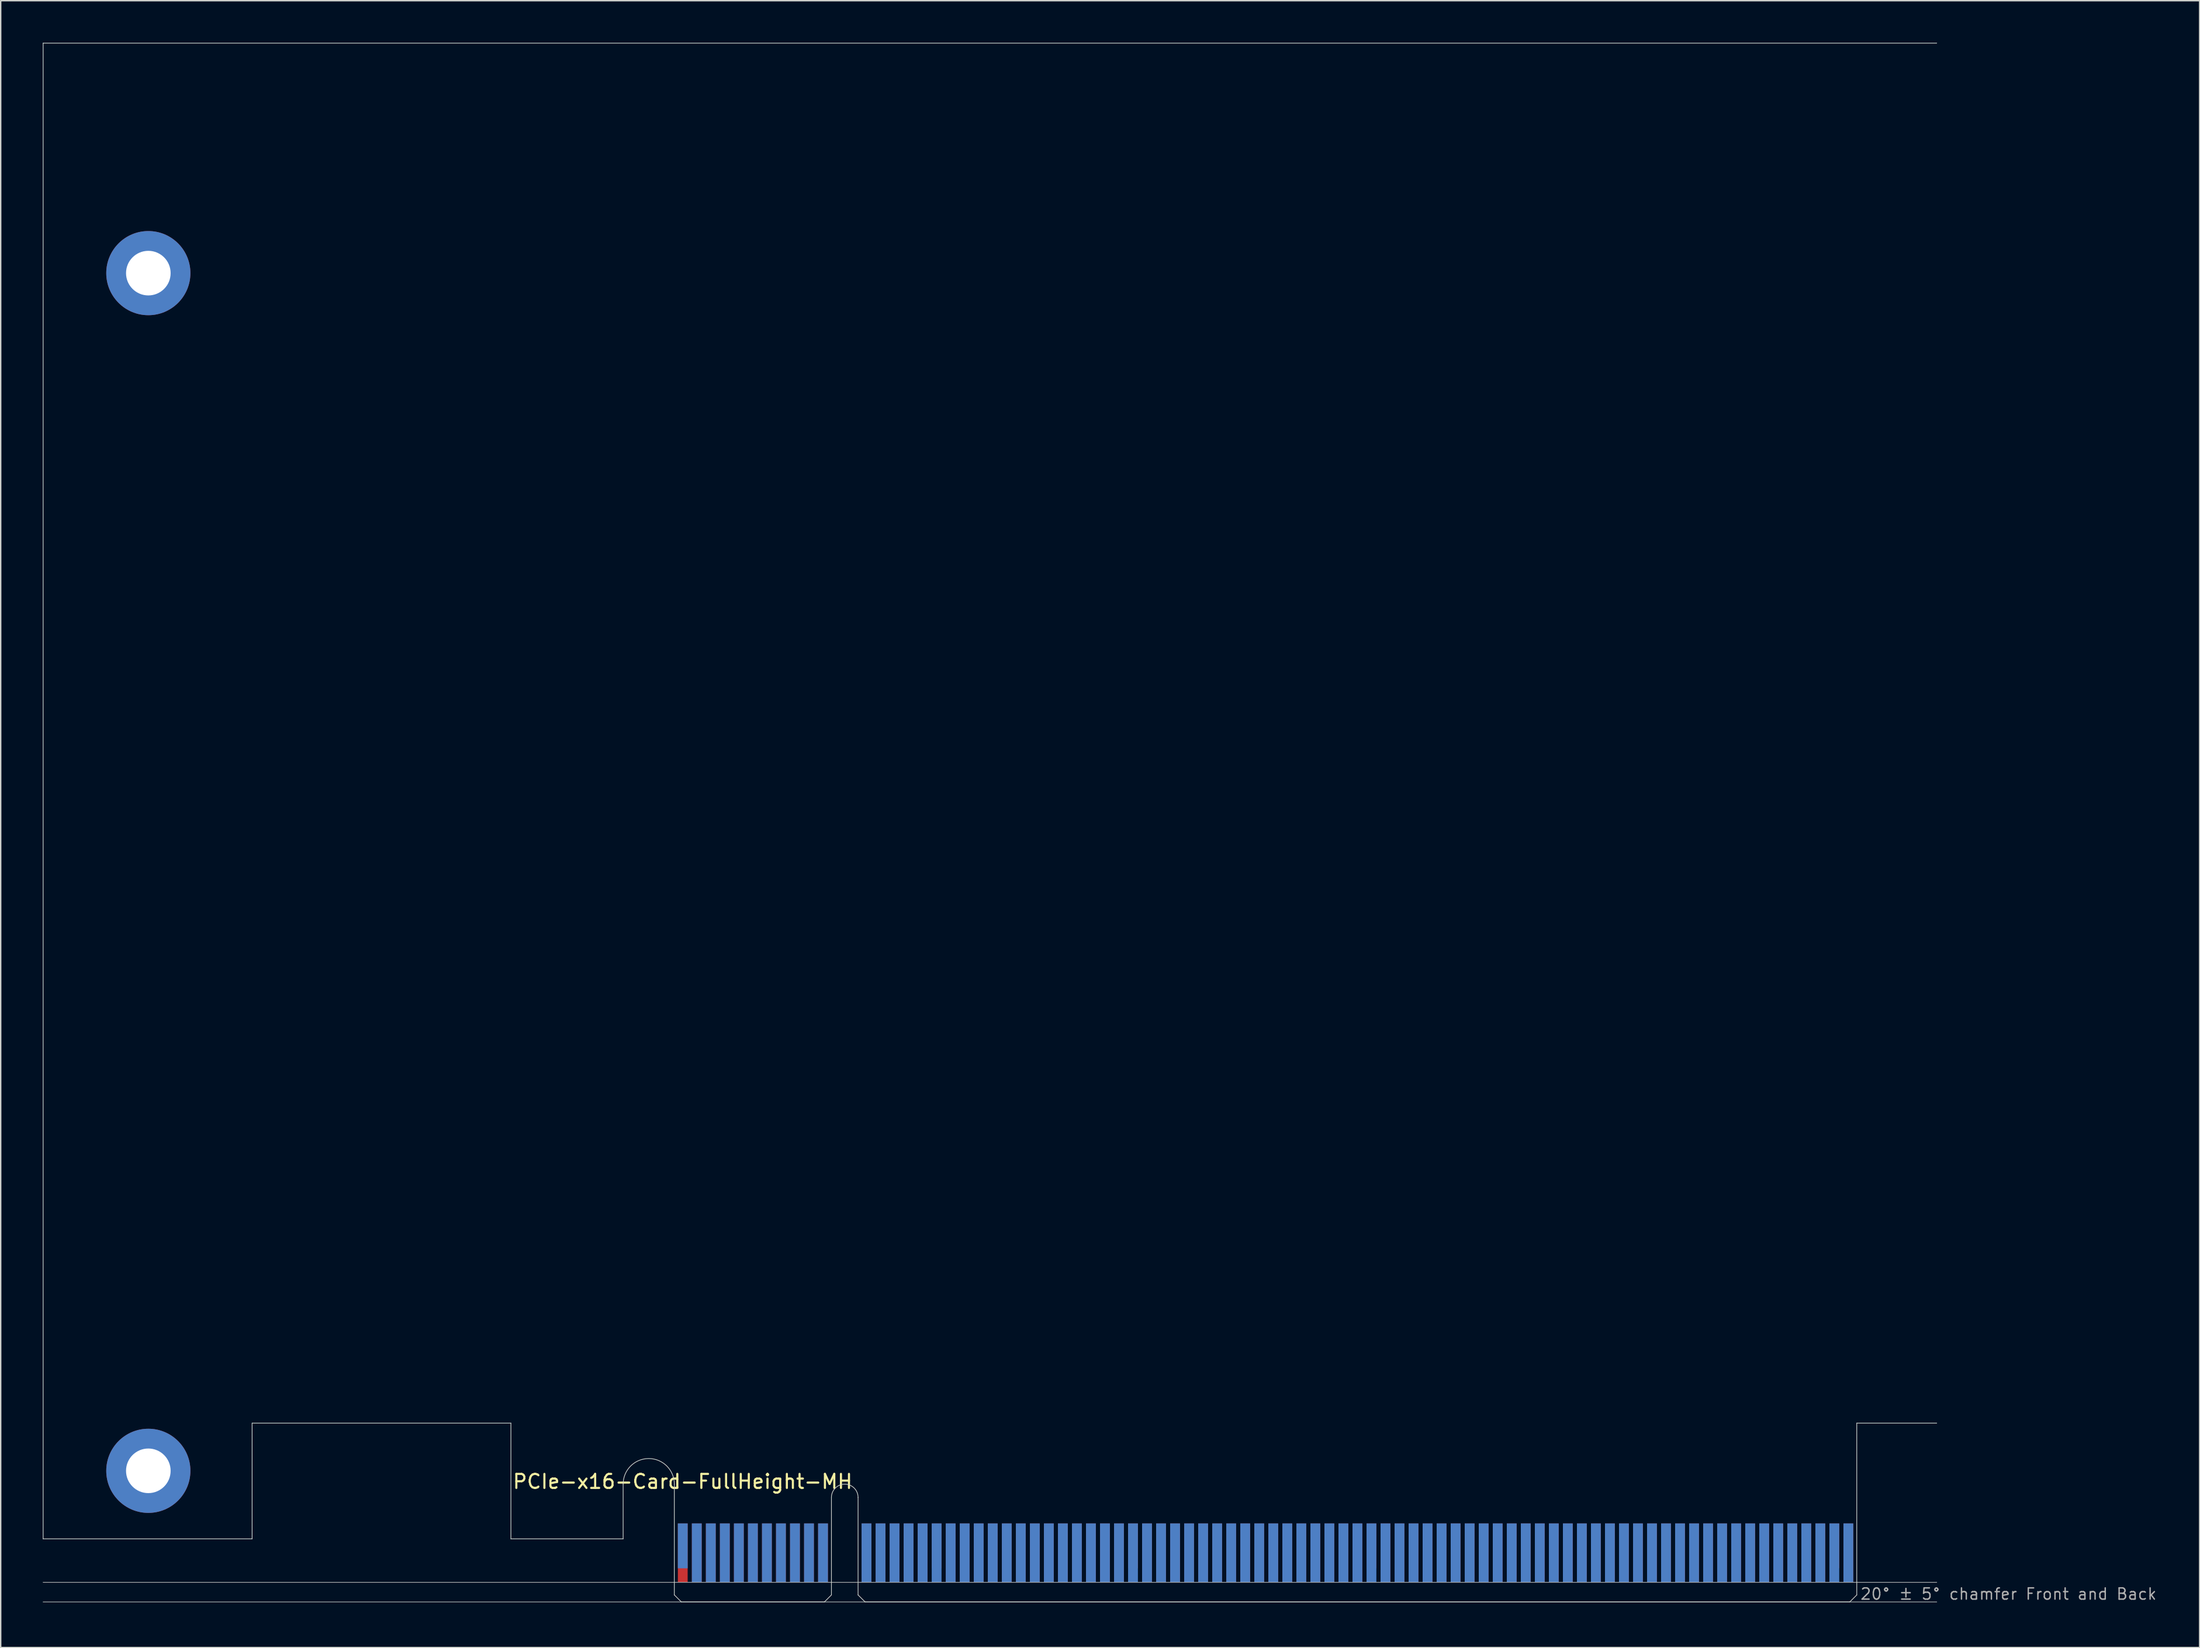
<source format=kicad_pcb>
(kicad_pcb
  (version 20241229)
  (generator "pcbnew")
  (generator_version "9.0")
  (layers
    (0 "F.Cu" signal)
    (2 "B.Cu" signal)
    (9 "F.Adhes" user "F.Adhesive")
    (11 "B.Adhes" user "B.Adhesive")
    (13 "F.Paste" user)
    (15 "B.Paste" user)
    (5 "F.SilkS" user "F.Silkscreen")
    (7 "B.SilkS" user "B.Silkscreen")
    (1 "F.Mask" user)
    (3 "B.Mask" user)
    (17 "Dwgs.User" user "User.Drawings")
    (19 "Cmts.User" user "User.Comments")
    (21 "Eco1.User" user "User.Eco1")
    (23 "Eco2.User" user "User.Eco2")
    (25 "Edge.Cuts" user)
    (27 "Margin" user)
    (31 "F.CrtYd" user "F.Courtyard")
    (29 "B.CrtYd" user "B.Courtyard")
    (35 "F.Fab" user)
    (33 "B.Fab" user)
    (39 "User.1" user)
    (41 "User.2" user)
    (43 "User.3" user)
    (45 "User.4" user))
  (footprint "PCIe-x16-Card-FullHeight-MH"
    (layer "F.Cu")
    (at 45.025 111.175)
    (property "Reference" "PCIe-x16-Card-FullHeight-MH" (at -11.6 -8 0) (layer "F.SilkS") (effects (font (size 1 1) (thickness 0.15)) (justify left bottom)))
    (attr exclude_from_pos_files exclude_from_bom)
    (fp_poly (pts (xy -3.65 -4.5) (xy -11.65 -4.5) (xy -11.65 -7.95) (xy -3.65 -7.95)) (stroke (width 0.1) (type solid)) (fill yes) (layer "F.Mask"))
    (fp_poly (pts (xy 11.2 -5.45) (xy 0 -5.45) (xy 0 0) (xy 11.2 0)) (stroke (width 0.1) (type solid)) (fill yes) (layer "F.Mask"))
    (fp_poly (pts (xy 84.3 -5.45) (xy 13.1 -5.45) (xy 13.1 0) (xy 84.3 0)) (stroke (width 0.1) (type solid)) (fill yes) (layer "F.Mask"))
    (fp_poly (pts (xy -3.65 -7.95) (xy -11.65 -7.95) (xy -11.65 -4.5) (xy -3.65 -4.5)) (stroke (width 0.1) (type solid)) (fill yes) (layer "B.Mask"))
    (fp_poly (pts (xy 11.2 0) (xy 0 0) (xy 0 -5.45) (xy 11.2 -5.45)) (stroke (width 0.1) (type solid)) (fill yes) (layer "B.Mask"))
    (fp_poly (pts (xy 84.3 -5.45) (xy 13.1 -5.45) (xy 13.1 0) (xy 84.3 0)) (stroke (width 0.1) (type solid)) (fill yes) (layer "B.Mask"))
    (fp_line (start -45 -111.15) (end 90 -111.15) (stroke (width 0.05) (type solid)) (layer "Edge.Cuts"))
    (fp_line (start -45 -4.5) (end -45 -111.15) (stroke (width 0.05) (type solid)) (layer "Edge.Cuts"))
    (fp_line (start -30.1 -12.75) (end -30.1 -4.5) (stroke (width 0.05) (type solid)) (layer "Edge.Cuts"))
    (fp_line (start -30.1 -4.5) (end -45 -4.5) (stroke (width 0.05) (type solid)) (layer "Edge.Cuts"))
    (fp_line (start -11.65 -12.75) (end -30.1 -12.75) (stroke (width 0.05) (type solid)) (layer "Edge.Cuts"))
    (fp_line (start -11.65 -4.5) (end -11.65 -12.75) (stroke (width 0.05) (type solid)) (layer "Edge.Cuts"))
    (fp_line (start -3.65 -4.5) (end -11.65 -4.5) (stroke (width 0.05) (type solid)) (layer "Edge.Cuts"))
    (fp_line (start -3.65 -4.5) (end -3.65 -8.4) (stroke (width 0.05) (type solid)) (layer "Edge.Cuts"))
    (fp_line (start 0 -0.5) (end 0 -8.4) (stroke (width 0.05) (type solid)) (layer "Edge.Cuts"))
    (fp_line (start 0.5 0) (end 0 -0.5) (stroke (width 0.05) (type solid)) (layer "Edge.Cuts"))
    (fp_line (start 0.5 0) (end 10.7 0) (stroke (width 0.05) (type solid)) (layer "Edge.Cuts"))
    (fp_line (start 10.7 0) (end 11.2 -0.5) (stroke (width 0.05) (type solid)) (layer "Edge.Cuts"))
    (fp_line (start 11.2 -0.5) (end 11.2 -7.45) (stroke (width 0.05) (type solid)) (layer "Edge.Cuts"))
    (fp_line (start 13.1 -0.5) (end 13.1 -7.45) (stroke (width 0.05) (type solid)) (layer "Edge.Cuts"))
    (fp_line (start 13.6 0) (end 13.1 -0.5) (stroke (width 0.05) (type solid)) (layer "Edge.Cuts"))
    (fp_line (start 83.8 0) (end 13.6 0) (stroke (width 0.05) (type solid)) (layer "Edge.Cuts"))
    (fp_line (start 83.8 0) (end 84.3 -0.5) (stroke (width 0.05) (type solid)) (layer "Edge.Cuts"))
    (fp_line (start 84.3 -12.75) (end 90 -12.75) (stroke (width 0.05) (type solid)) (layer "Edge.Cuts"))
    (fp_line (start 84.3 -0.5) (end 84.3 -12.75) (stroke (width 0.05) (type solid)) (layer "Edge.Cuts"))
    (fp_arc (start -3.65 -8.4) (mid -1.825 -10.225) (end 0 -8.4) (stroke (width 0.05) (type solid)) (layer "Edge.Cuts"))
    (fp_arc (start 11.2 -7.45) (mid 12.15 -8.4) (end 13.1 -7.45) (stroke (width 0.05) (type solid)) (layer "Edge.Cuts"))
    (fp_line (start -45 -1.4) (end 90 -1.4) (stroke (width 0.05) (type solid)) (layer "F.Fab"))
    (fp_line (start -45 0) (end 90 0) (stroke (width 0.05) (type solid)) (layer "F.Fab"))
    (fp_text user "20° ± 5° chamfer Front and Back" (at 84.5 -0.1 0) (layer "F.Fab") (effects (font (size 0.8 0.8) (thickness 0.1)) (justify left bottom)))
    (pad "A1" smd rect (at 0.6 -4) (size 0.7 3.2) (layers "B.Cu"))
    (pad "A2" smd rect (at 1.6 -3.5) (size 0.7 4.2) (layers "B.Cu"))
    (pad "A3" smd rect (at 2.6 -3.5) (size 0.7 4.2) (layers "B.Cu"))
    (pad "A4" smd rect (at 3.6 -3.5) (size 0.7 4.2) (layers "B.Cu"))
    (pad "A5" smd rect (at 4.6 -3.5) (size 0.7 4.2) (layers "B.Cu"))
    (pad "A6" smd rect (at 5.6 -3.5) (size 0.7 4.2) (layers "B.Cu"))
    (pad "A7" smd rect (at 6.6 -3.5) (size 0.7 4.2) (layers "B.Cu"))
    (pad "A8" smd rect (at 7.6 -3.5) (size 0.7 4.2) (layers "B.Cu"))
    (pad "A9" smd rect (at 8.6 -3.5) (size 0.7 4.2) (layers "B.Cu"))
    (pad "A10" smd rect (at 9.6 -3.5) (size 0.7 4.2) (layers "B.Cu"))
    (pad "A11" smd rect (at 10.6 -3.5) (size 0.7 4.2) (layers "B.Cu"))
    (pad "A12" smd rect (at 13.7 -3.5) (size 0.7 4.2) (layers "B.Cu"))
    (pad "A13" smd rect (at 14.7 -3.5) (size 0.7 4.2) (layers "B.Cu"))
    (pad "A14" smd rect (at 15.7 -3.5) (size 0.7 4.2) (layers "B.Cu"))
    (pad "A15" smd rect (at 16.7 -3.5) (size 0.7 4.2) (layers "B.Cu"))
    (pad "A16" smd rect (at 17.7 -3.5) (size 0.7 4.2) (layers "B.Cu"))
    (pad "A17" smd rect (at 18.7 -3.5) (size 0.7 4.2) (layers "B.Cu"))
    (pad "A18" smd rect (at 19.7 -3.5) (size 0.7 4.2) (layers "B.Cu"))
    (pad "A19" smd rect (at 20.7 -3.5) (size 0.7 4.2) (layers "B.Cu"))
    (pad "A20" smd rect (at 21.7 -3.5) (size 0.7 4.2) (layers "B.Cu"))
    (pad "A21" smd rect (at 22.7 -3.5) (size 0.7 4.2) (layers "B.Cu"))
    (pad "A22" smd rect (at 23.7 -3.5) (size 0.7 4.2) (layers "B.Cu"))
    (pad "A23" smd rect (at 24.7 -3.5) (size 0.7 4.2) (layers "B.Cu"))
    (pad "A24" smd rect (at 25.7 -3.5) (size 0.7 4.2) (layers "B.Cu"))
    (pad "A25" smd rect (at 26.7 -3.5) (size 0.7 4.2) (layers "B.Cu"))
    (pad "A26" smd rect (at 27.7 -3.5) (size 0.7 4.2) (layers "B.Cu"))
    (pad "A27" smd rect (at 28.7 -3.5) (size 0.7 4.2) (layers "B.Cu"))
    (pad "A28" smd rect (at 29.7 -3.5) (size 0.7 4.2) (layers "B.Cu"))
    (pad "A29" smd rect (at 30.7 -3.5) (size 0.7 4.2) (layers "B.Cu"))
    (pad "A30" smd rect (at 31.7 -3.5) (size 0.7 4.2) (layers "B.Cu"))
    (pad "A31" smd rect (at 32.7 -3.5) (size 0.7 4.2) (layers "B.Cu"))
    (pad "A32" smd rect (at 33.7 -3.5) (size 0.7 4.2) (layers "B.Cu"))
    (pad "A33" smd rect (at 34.7 -3.5) (size 0.7 4.2) (layers "B.Cu"))
    (pad "A34" smd rect (at 35.7 -3.5) (size 0.7 4.2) (layers "B.Cu"))
    (pad "A35" smd rect (at 36.7 -3.5) (size 0.7 4.2) (layers "B.Cu"))
    (pad "A36" smd rect (at 37.7 -3.5) (size 0.7 4.2) (layers "B.Cu"))
    (pad "A37" smd rect (at 38.7 -3.5) (size 0.7 4.2) (layers "B.Cu"))
    (pad "A38" smd rect (at 39.7 -3.5) (size 0.7 4.2) (layers "B.Cu"))
    (pad "A39" smd rect (at 40.7 -3.5) (size 0.7 4.2) (layers "B.Cu"))
    (pad "A40" smd rect (at 41.7 -3.5) (size 0.7 4.2) (layers "B.Cu"))
    (pad "A41" smd rect (at 42.7 -3.5) (size 0.7 4.2) (layers "B.Cu"))
    (pad "A42" smd rect (at 43.7 -3.5) (size 0.7 4.2) (layers "B.Cu"))
    (pad "A43" smd rect (at 44.7 -3.5) (size 0.7 4.2) (layers "B.Cu"))
    (pad "A44" smd rect (at 45.7 -3.5) (size 0.7 4.2) (layers "B.Cu"))
    (pad "A45" smd rect (at 46.7 -3.5) (size 0.7 4.2) (layers "B.Cu"))
    (pad "A46" smd rect (at 47.7 -3.5) (size 0.7 4.2) (layers "B.Cu"))
    (pad "A47" smd rect (at 48.7 -3.5) (size 0.7 4.2) (layers "B.Cu"))
    (pad "A48" smd rect (at 49.7 -3.5) (size 0.7 4.2) (layers "B.Cu"))
    (pad "A49" smd rect (at 50.7 -3.5) (size 0.7 4.2) (layers "B.Cu"))
    (pad "A50" smd rect (at 51.7 -3.5) (size 0.7 4.2) (layers "B.Cu"))
    (pad "A51" smd rect (at 52.7 -3.5) (size 0.7 4.2) (layers "B.Cu"))
    (pad "A52" smd rect (at 53.7 -3.5) (size 0.7 4.2) (layers "B.Cu"))
    (pad "A53" smd rect (at 54.7 -3.5) (size 0.7 4.2) (layers "B.Cu"))
    (pad "A54" smd rect (at 55.7 -3.5) (size 0.7 4.2) (layers "B.Cu"))
    (pad "A55" smd rect (at 56.7 -3.5) (size 0.7 4.2) (layers "B.Cu"))
    (pad "A56" smd rect (at 57.7 -3.5) (size 0.7 4.2) (layers "B.Cu"))
    (pad "A57" smd rect (at 58.7 -3.5) (size 0.7 4.2) (layers "B.Cu"))
    (pad "A58" smd rect (at 59.7 -3.5) (size 0.7 4.2) (layers "B.Cu"))
    (pad "A59" smd rect (at 60.7 -3.5) (size 0.7 4.2) (layers "B.Cu"))
    (pad "A60" smd rect (at 61.7 -3.5) (size 0.7 4.2) (layers "B.Cu"))
    (pad "A61" smd rect (at 62.7 -3.5) (size 0.7 4.2) (layers "B.Cu"))
    (pad "A62" smd rect (at 63.7 -3.5) (size 0.7 4.2) (layers "B.Cu"))
    (pad "A63" smd rect (at 64.7 -3.5) (size 0.7 4.2) (layers "B.Cu"))
    (pad "A64" smd rect (at 65.7 -3.5) (size 0.7 4.2) (layers "B.Cu"))
    (pad "A65" smd rect (at 66.7 -3.5) (size 0.7 4.2) (layers "B.Cu"))
    (pad "A66" smd rect (at 67.7 -3.5) (size 0.7 4.2) (layers "B.Cu"))
    (pad "A67" smd rect (at 68.7 -3.5) (size 0.7 4.2) (layers "B.Cu"))
    (pad "A68" smd rect (at 69.7 -3.5) (size 0.7 4.2) (layers "B.Cu"))
    (pad "A69" smd rect (at 70.7 -3.5) (size 0.7 4.2) (layers "B.Cu"))
    (pad "A70" smd rect (at 71.7 -3.5) (size 0.7 4.2) (layers "B.Cu"))
    (pad "A71" smd rect (at 72.7 -3.5) (size 0.7 4.2) (layers "B.Cu"))
    (pad "A72" smd rect (at 73.7 -3.5) (size 0.7 4.2) (layers "B.Cu"))
    (pad "A73" smd rect (at 74.7 -3.5) (size 0.7 4.2) (layers "B.Cu"))
    (pad "A74" smd rect (at 75.7 -3.5) (size 0.7 4.2) (layers "B.Cu"))
    (pad "A75" smd rect (at 76.7 -3.5) (size 0.7 4.2) (layers "B.Cu"))
    (pad "A76" smd rect (at 77.7 -3.5) (size 0.7 4.2) (layers "B.Cu"))
    (pad "A77" smd rect (at 78.7 -3.5) (size 0.7 4.2) (layers "B.Cu"))
    (pad "A78" smd rect (at 79.7 -3.5) (size 0.7 4.2) (layers "B.Cu"))
    (pad "A79" smd rect (at 80.7 -3.5) (size 0.7 4.2) (layers "B.Cu"))
    (pad "A80" smd rect (at 81.7 -3.5) (size 0.7 4.2) (layers "B.Cu"))
    (pad "A81" smd rect (at 82.7 -3.5) (size 0.7 4.2) (layers "B.Cu"))
    (pad "A82" smd rect (at 83.7 -3.5) (size 0.7 4.2) (layers "B.Cu"))
    (pad "B1" smd rect (at 0.6 -3.5) (size 0.7 4.2) (layers "F.Cu"))
    (pad "B2" smd rect (at 1.6 -3.5) (size 0.7 4.2) (layers "F.Cu"))
    (pad "B3" smd rect (at 2.6 -3.5) (size 0.7 4.2) (layers "F.Cu"))
    (pad "B4" smd rect (at 3.6 -3.5) (size 0.7 4.2) (layers "F.Cu"))
    (pad "B5" smd rect (at 4.6 -3.5) (size 0.7 4.2) (layers "F.Cu"))
    (pad "B6" smd rect (at 5.6 -3.5) (size 0.7 4.2) (layers "F.Cu"))
    (pad "B7" smd rect (at 6.6 -3.5) (size 0.7 4.2) (layers "F.Cu"))
    (pad "B8" smd rect (at 7.6 -3.5) (size 0.7 4.2) (layers "F.Cu"))
    (pad "B9" smd rect (at 8.6 -3.5) (size 0.7 4.2) (layers "F.Cu"))
    (pad "B10" smd rect (at 9.6 -3.5) (size 0.7 4.2) (layers "F.Cu"))
    (pad "B11" smd rect (at 10.6 -3.5) (size 0.7 4.2) (layers "F.Cu"))
    (pad "B12" smd rect (at 13.7 -3.5) (size 0.7 4.2) (layers "F.Cu"))
    (pad "B13" smd rect (at 14.7 -3.5) (size 0.7 4.2) (layers "F.Cu"))
    (pad "B14" smd rect (at 15.7 -3.5) (size 0.7 4.2) (layers "F.Cu"))
    (pad "B15" smd rect (at 16.7 -3.5) (size 0.7 4.2) (layers "F.Cu"))
    (pad "B16" smd rect (at 17.7 -3.5) (size 0.7 4.2) (layers "F.Cu"))
    (pad "B17" smd rect (at 18.7 -4) (size 0.7 3.2) (layers "F.Cu"))
    (pad "B18" smd rect (at 19.7 -3.5) (size 0.7 4.2) (layers "F.Cu"))
    (pad "B19" smd rect (at 20.7 -3.5) (size 0.7 4.2) (layers "F.Cu"))
    (pad "B20" smd rect (at 21.7 -3.5) (size 0.7 4.2) (layers "F.Cu"))
    (pad "B21" smd rect (at 22.7 -3.5) (size 0.7 4.2) (layers "F.Cu"))
    (pad "B22" smd rect (at 23.7 -3.5) (size 0.7 4.2) (layers "F.Cu"))
    (pad "B23" smd rect (at 24.7 -3.5) (size 0.7 4.2) (layers "F.Cu"))
    (pad "B24" smd rect (at 25.7 -3.5) (size 0.7 4.2) (layers "F.Cu"))
    (pad "B25" smd rect (at 26.7 -3.5) (size 0.7 4.2) (layers "F.Cu"))
    (pad "B26" smd rect (at 27.7 -3.5) (size 0.7 4.2) (layers "F.Cu"))
    (pad "B27" smd rect (at 28.7 -3.5) (size 0.7 4.2) (layers "F.Cu"))
    (pad "B28" smd rect (at 29.7 -3.5) (size 0.7 4.2) (layers "F.Cu"))
    (pad "B29" smd rect (at 30.7 -3.5) (size 0.7 4.2) (layers "F.Cu"))
    (pad "B30" smd rect (at 31.7 -3.5) (size 0.7 4.2) (layers "F.Cu"))
    (pad "B31" smd rect (at 32.7 -4) (size 0.7 3.2) (layers "F.Cu"))
    (pad "B32" smd rect (at 33.7 -3.5) (size 0.7 4.2) (layers "F.Cu"))
    (pad "B33" smd rect (at 34.7 -3.5) (size 0.7 4.2) (layers "F.Cu"))
    (pad "B34" smd rect (at 35.7 -3.5) (size 0.7 4.2) (layers "F.Cu"))
    (pad "B35" smd rect (at 36.7 -3.5) (size 0.7 4.2) (layers "F.Cu"))
    (pad "B36" smd rect (at 37.7 -3.5) (size 0.7 4.2) (layers "F.Cu"))
    (pad "B37" smd rect (at 38.7 -3.5) (size 0.7 4.2) (layers "F.Cu"))
    (pad "B38" smd rect (at 39.7 -3.5) (size 0.7 4.2) (layers "F.Cu"))
    (pad "B39" smd rect (at 40.7 -3.5) (size 0.7 4.2) (layers "F.Cu"))
    (pad "B40" smd rect (at 41.7 -3.5) (size 0.7 4.2) (layers "F.Cu"))
    (pad "B41" smd rect (at 42.7 -3.5) (size 0.7 4.2) (layers "F.Cu"))
    (pad "B42" smd rect (at 43.7 -3.5) (size 0.7 4.2) (layers "F.Cu"))
    (pad "B43" smd rect (at 44.7 -3.5) (size 0.7 4.2) (layers "F.Cu"))
    (pad "B44" smd rect (at 45.7 -3.5) (size 0.7 4.2) (layers "F.Cu"))
    (pad "B45" smd rect (at 46.7 -3.5) (size 0.7 4.2) (layers "F.Cu"))
    (pad "B46" smd rect (at 47.7 -3.5) (size 0.7 4.2) (layers "F.Cu"))
    (pad "B47" smd rect (at 48.7 -3.5) (size 0.7 4.2) (layers "F.Cu"))
    (pad "B48" smd rect (at 49.7 -4) (size 0.7 3.2) (layers "F.Cu"))
    (pad "B49" smd rect (at 50.7 -3.5) (size 0.7 4.2) (layers "F.Cu"))
    (pad "B50" smd rect (at 51.7 -3.5) (size 0.7 4.2) (layers "F.Cu"))
    (pad "B51" smd rect (at 52.7 -3.5) (size 0.7 4.2) (layers "F.Cu"))
    (pad "B52" smd rect (at 53.7 -3.5) (size 0.7 4.2) (layers "F.Cu"))
    (pad "B53" smd rect (at 54.7 -3.5) (size 0.7 4.2) (layers "F.Cu"))
    (pad "B54" smd rect (at 55.7 -3.5) (size 0.7 4.2) (layers "F.Cu"))
    (pad "B55" smd rect (at 56.7 -3.5) (size 0.7 4.2) (layers "F.Cu"))
    (pad "B56" smd rect (at 57.7 -3.5) (size 0.7 4.2) (layers "F.Cu"))
    (pad "B57" smd rect (at 58.7 -3.5) (size 0.7 4.2) (layers "F.Cu"))
    (pad "B58" smd rect (at 59.7 -3.5) (size 0.7 4.2) (layers "F.Cu"))
    (pad "B59" smd rect (at 60.7 -3.5) (size 0.7 4.2) (layers "F.Cu"))
    (pad "B60" smd rect (at 61.7 -3.5) (size 0.7 4.2) (layers "F.Cu"))
    (pad "B61" smd rect (at 62.7 -3.5) (size 0.7 4.2) (layers "F.Cu"))
    (pad "B62" smd rect (at 63.7 -3.5) (size 0.7 4.2) (layers "F.Cu"))
    (pad "B63" smd rect (at 64.7 -3.5) (size 0.7 4.2) (layers "F.Cu"))
    (pad "B64" smd rect (at 65.7 -3.5) (size 0.7 4.2) (layers "F.Cu"))
    (pad "B65" smd rect (at 66.7 -3.5) (size 0.7 4.2) (layers "F.Cu"))
    (pad "B66" smd rect (at 67.7 -3.5) (size 0.7 4.2) (layers "F.Cu"))
    (pad "B67" smd rect (at 68.7 -3.5) (size 0.7 4.2) (layers "F.Cu"))
    (pad "B68" smd rect (at 69.7 -3.5) (size 0.7 4.2) (layers "F.Cu"))
    (pad "B69" smd rect (at 70.7 -3.5) (size 0.7 4.2) (layers "F.Cu"))
    (pad "B70" smd rect (at 71.7 -3.5) (size 0.7 4.2) (layers "F.Cu"))
    (pad "B71" smd rect (at 72.7 -3.5) (size 0.7 4.2) (layers "F.Cu"))
    (pad "B72" smd rect (at 73.7 -3.5) (size 0.7 4.2) (layers "F.Cu"))
    (pad "B73" smd rect (at 74.7 -3.5) (size 0.7 4.2) (layers "F.Cu"))
    (pad "B74" smd rect (at 75.7 -3.5) (size 0.7 4.2) (layers "F.Cu"))
    (pad "B75" smd rect (at 76.7 -3.5) (size 0.7 4.2) (layers "F.Cu"))
    (pad "B76" smd rect (at 77.7 -3.5) (size 0.7 4.2) (layers "F.Cu"))
    (pad "B77" smd rect (at 78.7 -3.5) (size 0.7 4.2) (layers "F.Cu"))
    (pad "B78" smd rect (at 79.7 -3.5) (size 0.7 4.2) (layers "F.Cu"))
    (pad "B79" smd rect (at 80.7 -3.5) (size 0.7 4.2) (layers "F.Cu"))
    (pad "B80" smd rect (at 81.7 -3.5) (size 0.7 4.2) (layers "F.Cu"))
    (pad "B81" smd rect (at 82.7 -4) (size 0.7 3.2) (layers "F.Cu"))
    (pad "B82" smd rect (at 83.7 -3.5) (size 0.7 4.2) (layers "F.Cu"))
    (pad "GND" thru_hole circle (at -37.5 -94.75) (size 6 6) (drill 3.18) (layers "*.Cu" "*.Mask"))
    (pad "GND" thru_hole circle (at -37.5 -9.35) (size 6 6) (drill 3.18) (layers "*.Cu" "*.Mask")))
  (gr_rect
    (start -3 -3)
    (end 153.77 114.425)
    (stroke (width 0.1) (type default))
    (fill no)
    (layer "Edge.Cuts")))
</source>
